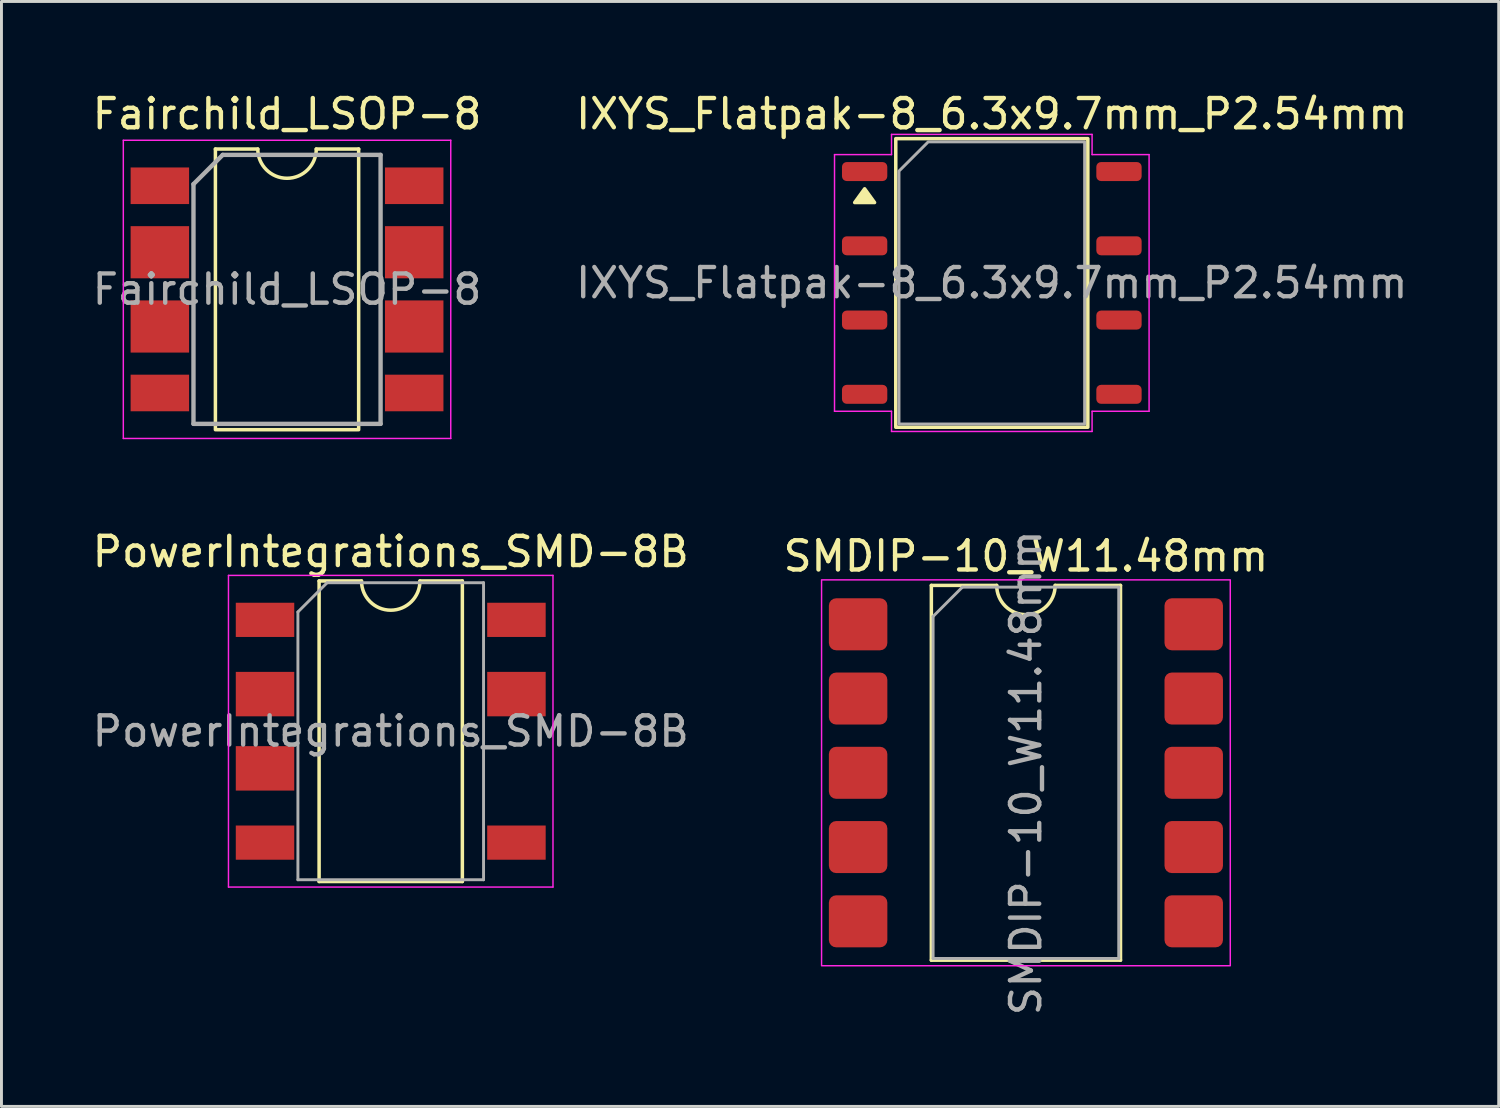
<source format=kicad_pcb>
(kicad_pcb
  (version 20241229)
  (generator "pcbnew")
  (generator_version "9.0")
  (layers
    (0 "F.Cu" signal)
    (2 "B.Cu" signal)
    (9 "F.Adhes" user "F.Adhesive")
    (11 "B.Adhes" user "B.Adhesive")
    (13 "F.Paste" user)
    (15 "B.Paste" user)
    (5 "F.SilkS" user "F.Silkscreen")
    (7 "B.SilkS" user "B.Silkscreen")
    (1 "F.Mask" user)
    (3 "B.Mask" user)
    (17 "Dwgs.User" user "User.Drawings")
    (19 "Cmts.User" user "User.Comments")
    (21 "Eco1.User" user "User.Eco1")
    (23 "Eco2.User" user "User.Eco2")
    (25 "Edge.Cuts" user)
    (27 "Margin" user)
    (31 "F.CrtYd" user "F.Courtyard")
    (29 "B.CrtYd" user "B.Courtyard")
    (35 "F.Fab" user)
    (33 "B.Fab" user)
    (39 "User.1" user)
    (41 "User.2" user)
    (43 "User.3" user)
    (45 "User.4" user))
  (footprint "SMDIP-10_W11.48mm"
    (layer "F.Cu")
    (at 32.042 23.384)
    (property "Reference" "SMDIP-10_W11.48mm" (at 0 -7.41 0) (layer "F.SilkS") (effects (font (size 1 1) (thickness 0.15))))
    (attr smd)
    (fp_line (start -3.235 -6.41) (end -3.235 6.41) (stroke (width 0.12) (type solid)) (layer "F.SilkS"))
    (fp_line (start -3.235 6.41) (end 3.235 6.41) (stroke (width 0.12) (type solid)) (layer "F.SilkS"))
    (fp_line (start -1 -6.41) (end -3.235 -6.41) (stroke (width 0.12) (type solid)) (layer "F.SilkS"))
    (fp_line (start 3.235 -6.41) (end 1 -6.41) (stroke (width 0.12) (type solid)) (layer "F.SilkS"))
    (fp_line (start 3.235 6.41) (end 3.235 -6.41) (stroke (width 0.12) (type solid)) (layer "F.SilkS"))
    (fp_arc (start 1 -6.41) (mid 0 -5.41) (end -1 -6.41) (stroke (width 0.12) (type solid)) (layer "F.SilkS"))
    (fp_rect (start -6.99 -6.6) (end 6.99 6.6) (stroke (width 0.05) (type solid)) (fill no) (layer "F.CrtYd"))
    (fp_line (start -3.175 -5.35) (end -2.175 -6.35) (stroke (width 0.1) (type solid)) (layer "F.Fab"))
    (fp_line (start -3.175 6.35) (end -3.175 -5.35) (stroke (width 0.1) (type solid)) (layer "F.Fab"))
    (fp_line (start -2.175 -6.35) (end 3.175 -6.35) (stroke (width 0.1) (type solid)) (layer "F.Fab"))
    (fp_line (start 3.175 -6.35) (end 3.175 6.35) (stroke (width 0.1) (type solid)) (layer "F.Fab"))
    (fp_line (start 3.175 6.35) (end -3.175 6.35) (stroke (width 0.1) (type solid)) (layer "F.Fab"))
    (fp_text user "${REFERENCE}" (at 0 0 90) (layer "F.Fab") (effects (font (size 1 1) (thickness 0.15))))
    (pad "1" smd roundrect (at -5.74 -5.08) (size 2 1.78) (layers "F.Cu" "F.Mask" "F.Paste") (roundrect_rratio 0.14))
    (pad "2" smd roundrect (at -5.74 -2.54) (size 2 1.78) (layers "F.Cu" "F.Mask" "F.Paste") (roundrect_rratio 0.14))
    (pad "3" smd roundrect (at -5.74 0) (size 2 1.78) (layers "F.Cu" "F.Mask" "F.Paste") (roundrect_rratio 0.14))
    (pad "4" smd roundrect (at -5.74 2.54) (size 2 1.78) (layers "F.Cu" "F.Mask" "F.Paste") (roundrect_rratio 0.14))
    (pad "5" smd roundrect (at -5.74 5.08) (size 2 1.78) (layers "F.Cu" "F.Mask" "F.Paste") (roundrect_rratio 0.14))
    (pad "6" smd roundrect (at 5.74 5.08) (size 2 1.78) (layers "F.Cu" "F.Mask" "F.Paste") (roundrect_rratio 0.14))
    (pad "7" smd roundrect (at 5.74 2.54) (size 2 1.78) (layers "F.Cu" "F.Mask" "F.Paste") (roundrect_rratio 0.14))
    (pad "8" smd roundrect (at 5.74 0) (size 2 1.78) (layers "F.Cu" "F.Mask" "F.Paste") (roundrect_rratio 0.14))
    (pad "9" smd roundrect (at 5.74 -2.54) (size 2 1.78) (layers "F.Cu" "F.Mask" "F.Paste") (roundrect_rratio 0.14))
    (pad "10" smd roundrect (at 5.74 -5.08) (size 2 1.78) (layers "F.Cu" "F.Mask" "F.Paste") (roundrect_rratio 0.14)))
  (footprint "PowerIntegrations_SMD-8B"
    (layer "F.Cu")
    (at 10.315 21.962)
    (property "Reference" "PowerIntegrations_SMD-8B" (at 0 -6.14 0) (layer "F.SilkS") (effects (font (size 1 1) (thickness 0.15))))
    (attr smd)
    (fp_line (start -2.45 -5.14) (end -2.45 5.14) (stroke (width 0.12) (type solid)) (layer "F.SilkS"))
    (fp_line (start -2.45 5.14) (end 2.45 5.14) (stroke (width 0.12) (type solid)) (layer "F.SilkS"))
    (fp_line (start -1 -5.14) (end -2.45 -5.14) (stroke (width 0.12) (type solid)) (layer "F.SilkS"))
    (fp_line (start 2.45 -5.14) (end 1 -5.14) (stroke (width 0.12) (type solid)) (layer "F.SilkS"))
    (fp_line (start 2.45 5.14) (end 2.45 -5.14) (stroke (width 0.12) (type solid)) (layer "F.SilkS"))
    (fp_arc (start 1 -5.14) (mid 0 -4.14) (end -1 -5.14) (stroke (width 0.12) (type solid)) (layer "F.SilkS"))
    (fp_line (start -5.55 -5.33) (end -5.55 5.33) (stroke (width 0.05) (type solid)) (layer "F.CrtYd"))
    (fp_line (start -5.55 -5.33) (end 5.55 -5.33) (stroke (width 0.05) (type solid)) (layer "F.CrtYd"))
    (fp_line (start 5.55 5.33) (end -5.55 5.33) (stroke (width 0.05) (type solid)) (layer "F.CrtYd"))
    (fp_line (start 5.55 5.33) (end 5.55 -5.33) (stroke (width 0.05) (type solid)) (layer "F.CrtYd"))
    (fp_line (start -3.175 -4.08) (end -2.175 -5.08) (stroke (width 0.1) (type solid)) (layer "F.Fab"))
    (fp_line (start -3.175 5.08) (end -3.175 -4.08) (stroke (width 0.1) (type solid)) (layer "F.Fab"))
    (fp_line (start -2.175 -5.08) (end 3.175 -5.08) (stroke (width 0.1) (type solid)) (layer "F.Fab"))
    (fp_line (start 3.175 -5.08) (end 3.175 5.08) (stroke (width 0.1) (type solid)) (layer "F.Fab"))
    (fp_line (start 3.175 5.08) (end -3.175 5.08) (stroke (width 0.1) (type solid)) (layer "F.Fab"))
    (fp_text user "${REFERENCE}" (at 0 0 0) (layer "F.Fab") (effects (font (size 1 1) (thickness 0.15))))
    (pad "1" smd rect (at -4.3 -3.81) (size 2 1.17) (layers "F.Cu" "F.Mask" "F.Paste"))
    (pad "2" smd rect (at -4.3 -1.27) (size 2 1.52) (layers "F.Cu" "F.Mask" "F.Paste"))
    (pad "3" smd rect (at -4.3 1.27) (size 2 1.52) (layers "F.Cu" "F.Mask" "F.Paste"))
    (pad "4" smd rect (at -4.3 3.81) (size 2 1.17) (layers "F.Cu" "F.Mask" "F.Paste"))
    (pad "5" smd rect (at 4.3 3.81) (size 2 1.17) (layers "F.Cu" "F.Mask" "F.Paste"))
    (pad "7" smd rect (at 4.3 -1.27) (size 2 1.52) (layers "F.Cu" "F.Mask" "F.Paste"))
    (pad "8" smd rect (at 4.3 -3.81) (size 2 1.17) (layers "F.Cu" "F.Mask" "F.Paste")))
  (footprint "Fairchild_LSOP-8"
    (layer "F.Cu")
    (at 6.768 6.848)
    (property "Reference" "Fairchild_LSOP-8" (at 0 -6 0) (layer "F.SilkS") (effects (font (size 1 1) (thickness 0.15))))
    (attr smd)
    (fp_line (start -2.45 -4.8) (end -2.45 4.8) (stroke (width 0.12) (type solid)) (layer "F.SilkS"))
    (fp_line (start -2.4 4.8) (end 2.4 4.8) (stroke (width 0.12) (type solid)) (layer "F.SilkS"))
    (fp_line (start -1 -4.8) (end -2.45 -4.8) (stroke (width 0.12) (type solid)) (layer "F.SilkS"))
    (fp_line (start 2.45 -4.8) (end 1 -4.8) (stroke (width 0.12) (type solid)) (layer "F.SilkS"))
    (fp_line (start 2.45 4.8) (end 2.45 -4.8) (stroke (width 0.12) (type solid)) (layer "F.SilkS"))
    (fp_arc (start 1 -4.8) (mid 0 -3.8) (end -1 -4.8) (stroke (width 0.12) (type solid)) (layer "F.SilkS"))
    (fp_line (start -5.6 -5.1) (end -5.6 5.1) (stroke (width 0.05) (type solid)) (layer "F.CrtYd"))
    (fp_line (start -5.6 -5.1) (end 5.6 -5.1) (stroke (width 0.05) (type solid)) (layer "F.CrtYd"))
    (fp_line (start -5.6 5.1) (end 5.6 5.1) (stroke (width 0.05) (type solid)) (layer "F.CrtYd"))
    (fp_line (start 5.6 -5.1) (end 5.6 5.1) (stroke (width 0.05) (type solid)) (layer "F.CrtYd"))
    (fp_line (start -3.2 4.6) (end -3.2 -3.6) (stroke (width 0.15) (type solid)) (layer "F.Fab"))
    (fp_line (start -2.2 -4.6) (end -3.2 -3.6) (stroke (width 0.15) (type solid)) (layer "F.Fab"))
    (fp_line (start -2.2 -4.6) (end 3.2 -4.6) (stroke (width 0.15) (type solid)) (layer "F.Fab"))
    (fp_line (start 3.2 -4.6) (end 3.2 4.6) (stroke (width 0.15) (type solid)) (layer "F.Fab"))
    (fp_line (start 3.2 4.6) (end -3.2 4.6) (stroke (width 0.15) (type solid)) (layer "F.Fab"))
    (fp_text user "${REFERENCE}" (at 0 0 0) (layer "F.Fab") (effects (font (size 1 1) (thickness 0.15))))
    (pad "1" smd rect (at -4.35 -3.81) (size 2 1.252) (drill (offset 0 0.266)) (layers "F.Cu" "F.Mask" "F.Paste"))
    (pad "2" smd rect (at -4.35 -1.27) (size 2 1.784) (layers "F.Cu" "F.Mask" "F.Paste"))
    (pad "3" smd rect (at -4.35 1.27) (size 2 1.784) (layers "F.Cu" "F.Mask" "F.Paste"))
    (pad "4" smd rect (at -4.35 3.81) (size 2 1.252) (drill (offset 0 -0.266)) (layers "F.Cu" "F.Mask" "F.Paste"))
    (pad "5" smd rect (at 4.35 3.81) (size 2 1.252) (drill (offset 0 -0.266)) (layers "F.Cu" "F.Mask" "F.Paste"))
    (pad "6" smd rect (at 4.35 1.27) (size 2 1.784) (layers "F.Cu" "F.Mask" "F.Paste"))
    (pad "7" smd rect (at 4.35 -1.27) (size 2 1.784) (layers "F.Cu" "F.Mask" "F.Paste"))
    (pad "8" smd rect (at 4.35 -3.81) (size 2 1.252) (drill (offset 0 0.266)) (layers "F.Cu" "F.Mask" "F.Paste")))
  (footprint "IXYS_Flatpak-8_6.3x9.7mm_P2.54mm"
    (layer "F.Cu")
    (at 30.875 6.628)
    (property "Reference" "IXYS_Flatpak-8_6.3x9.7mm_P2.54mm" (at 0 -5.78 0) (layer "F.SilkS") (effects (font (size 1 1) (thickness 0.15))))
    (attr smd)
    (fp_rect (start -3.285 -4.936) (end 3.285 4.936) (stroke (width 0.12) (type solid)) (fill no) (layer "F.SilkS"))
    (fp_poly (pts (xy -4.35 -3.22) (xy -4.01 -2.75) (xy -4.69 -2.75)) (stroke (width 0.12) (type solid)) (fill yes) (layer "F.SilkS"))
    (fp_line (start -5.38 -4.39) (end -3.43 -4.39) (stroke (width 0.05) (type solid)) (layer "F.CrtYd"))
    (fp_line (start -5.38 4.39) (end -5.38 -4.39) (stroke (width 0.05) (type solid)) (layer "F.CrtYd"))
    (fp_line (start -3.43 -5.08) (end 3.43 -5.08) (stroke (width 0.05) (type solid)) (layer "F.CrtYd"))
    (fp_line (start -3.43 -4.39) (end -3.43 -5.08) (stroke (width 0.05) (type solid)) (layer "F.CrtYd"))
    (fp_line (start -3.43 4.39) (end -5.38 4.39) (stroke (width 0.05) (type solid)) (layer "F.CrtYd"))
    (fp_line (start -3.43 5.08) (end -3.43 4.39) (stroke (width 0.05) (type solid)) (layer "F.CrtYd"))
    (fp_line (start 3.43 -5.08) (end 3.43 -4.39) (stroke (width 0.05) (type solid)) (layer "F.CrtYd"))
    (fp_line (start 3.43 -4.39) (end 5.38 -4.39) (stroke (width 0.05) (type solid)) (layer "F.CrtYd"))
    (fp_line (start 3.43 4.39) (end 3.43 5.08) (stroke (width 0.05) (type solid)) (layer "F.CrtYd"))
    (fp_line (start 3.43 5.08) (end -3.43 5.08) (stroke (width 0.05) (type solid)) (layer "F.CrtYd"))
    (fp_line (start 5.38 -4.39) (end 5.38 4.39) (stroke (width 0.05) (type solid)) (layer "F.CrtYd"))
    (fp_line (start 5.38 4.39) (end 3.43 4.39) (stroke (width 0.05) (type solid)) (layer "F.CrtYd"))
    (fp_poly (pts (xy -3.175 -3.826) (xy -3.175 4.826) (xy 3.175 4.826) (xy 3.175 -4.826) (xy -2.175 -4.826)) (stroke (width 0.1) (type solid)) (fill no) (layer "F.Fab"))
    (fp_text user "${REFERENCE}" (at 0 0 0) (layer "F.Fab") (effects (font (size 1 1) (thickness 0.15))))
    (pad "1" smd roundrect (at -4.35 -3.81) (size 1.55 0.65) (layers "F.Cu" "F.Mask" "F.Paste") (roundrect_rratio 0.25))
    (pad "2" smd roundrect (at -4.35 -1.27) (size 1.55 0.65) (layers "F.Cu" "F.Mask" "F.Paste") (roundrect_rratio 0.25))
    (pad "3" smd roundrect (at -4.35 1.27) (size 1.55 0.65) (layers "F.Cu" "F.Mask" "F.Paste") (roundrect_rratio 0.25))
    (pad "4" smd roundrect (at -4.35 3.81) (size 1.55 0.65) (layers "F.Cu" "F.Mask" "F.Paste") (roundrect_rratio 0.25))
    (pad "5" smd roundrect (at 4.35 3.81) (size 1.55 0.65) (layers "F.Cu" "F.Mask" "F.Paste") (roundrect_rratio 0.25))
    (pad "6" smd roundrect (at 4.35 1.27) (size 1.55 0.65) (layers "F.Cu" "F.Mask" "F.Paste") (roundrect_rratio 0.25))
    (pad "7" smd roundrect (at 4.35 -1.27) (size 1.55 0.65) (layers "F.Cu" "F.Mask" "F.Paste") (roundrect_rratio 0.25))
    (pad "8" smd roundrect (at 4.35 -3.81) (size 1.55 0.65) (layers "F.Cu" "F.Mask" "F.Paste") (roundrect_rratio 0.25)))
  (gr_rect
    (start -3 -3)
    (end 48.214 34.795)
    (stroke (width 0.1) (type default))
    (fill no)
    (layer "Edge.Cuts")))
</source>
